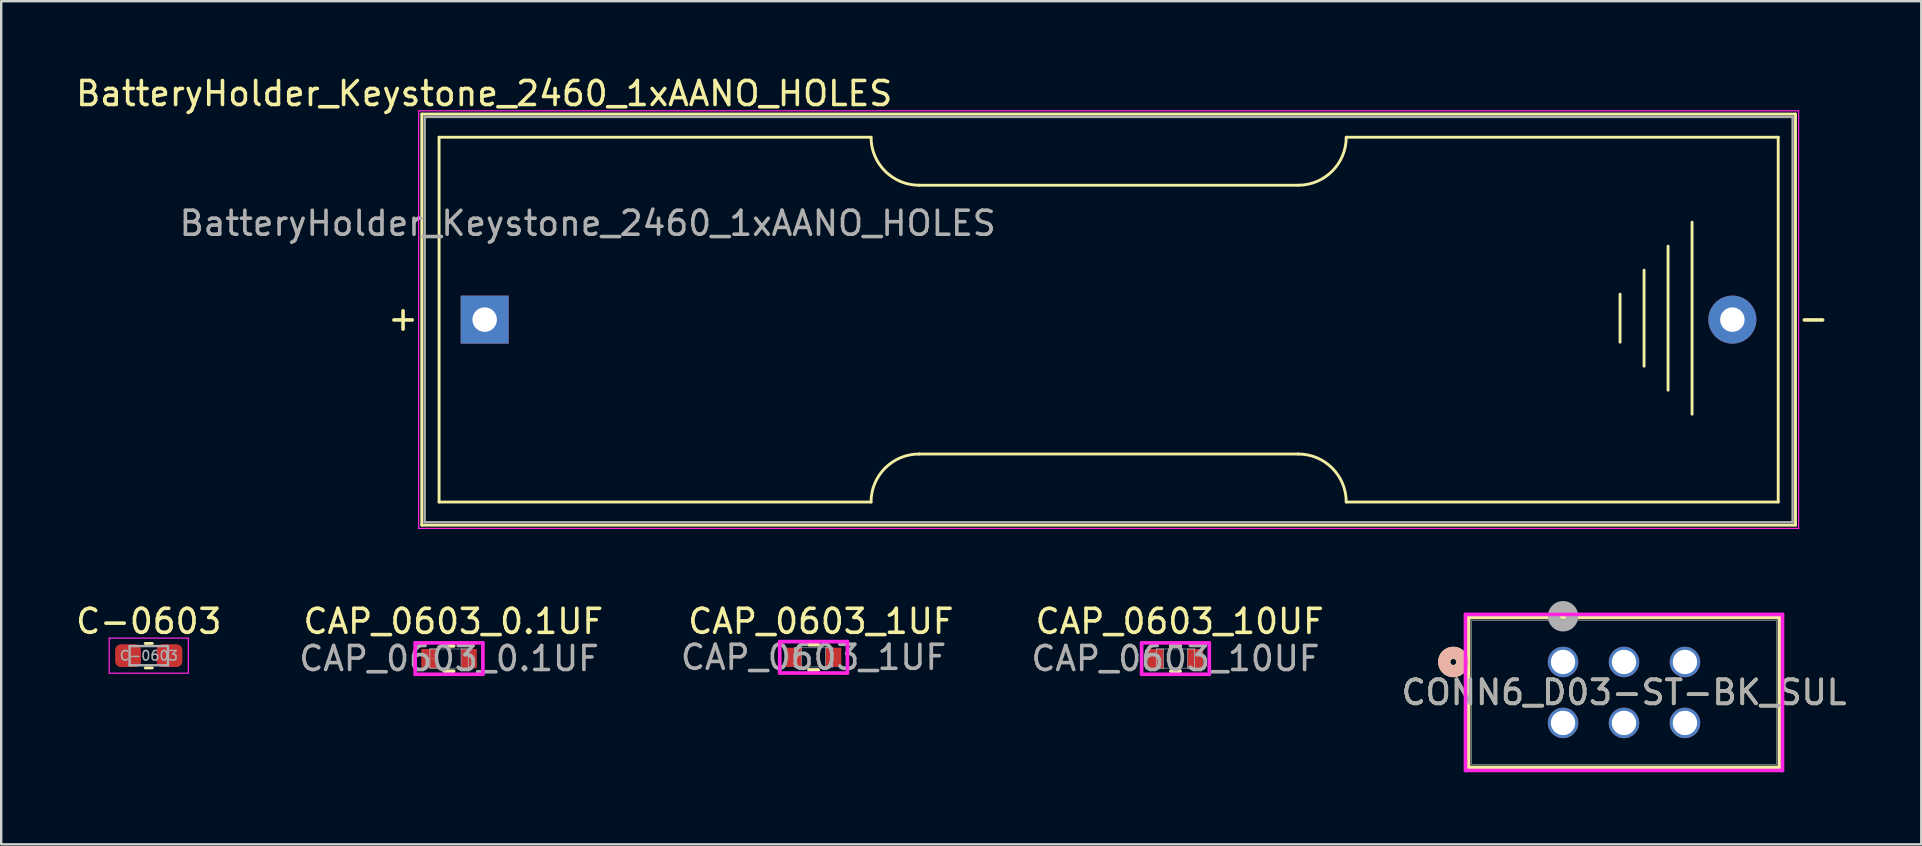
<source format=kicad_pcb>
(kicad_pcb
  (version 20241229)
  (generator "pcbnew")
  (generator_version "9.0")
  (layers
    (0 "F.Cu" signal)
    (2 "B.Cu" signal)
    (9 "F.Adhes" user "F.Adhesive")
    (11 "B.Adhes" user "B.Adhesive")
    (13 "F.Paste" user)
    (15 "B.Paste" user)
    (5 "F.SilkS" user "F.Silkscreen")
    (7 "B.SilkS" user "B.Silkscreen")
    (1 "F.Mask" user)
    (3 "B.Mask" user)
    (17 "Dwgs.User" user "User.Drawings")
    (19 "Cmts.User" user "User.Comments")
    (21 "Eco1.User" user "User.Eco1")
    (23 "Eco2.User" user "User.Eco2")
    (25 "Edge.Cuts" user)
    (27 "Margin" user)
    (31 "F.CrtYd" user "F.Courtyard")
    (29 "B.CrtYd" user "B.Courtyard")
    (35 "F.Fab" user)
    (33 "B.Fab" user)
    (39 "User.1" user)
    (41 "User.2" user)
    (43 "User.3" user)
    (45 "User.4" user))
  (footprint "CONN6_D03-ST-BK_SUL"
    (layer "F.Cu")
    (at 62.079 24.533)
    (property "Reference" "CONN6_D03-ST-BK_SUL" (at 2.54 1.27 0) (unlocked yes) (layer "F.SilkS") (effects (font (size 1 1) (thickness 0.15))))
    (attr through_hole)
    (fp_line (start -3.937 -1.854) (end -3.937 4.394) (stroke (width 0.152) (type solid)) (layer "F.SilkS"))
    (fp_line (start -3.937 4.394) (end 9.017 4.394) (stroke (width 0.152) (type solid)) (layer "F.SilkS"))
    (fp_line (start 9.017 -1.854) (end -3.937 -1.854) (stroke (width 0.152) (type solid)) (layer "F.SilkS"))
    (fp_line (start 9.017 4.394) (end 9.017 -1.854) (stroke (width 0.152) (type solid)) (layer "F.SilkS"))
    (fp_circle (center -4.572 0) (end -4.191 0) (stroke (width 0.508) (type solid)) (fill no) (layer "F.SilkS"))
    (fp_circle (center -4.572 0) (end -4.191 0) (stroke (width 0.508) (type solid)) (fill no) (layer "B.SilkS"))
    (fp_line (start -4.064 -1.981) (end -4.064 4.521) (stroke (width 0.152) (type solid)) (layer "F.CrtYd"))
    (fp_line (start -4.064 4.521) (end 9.144 4.521) (stroke (width 0.152) (type solid)) (layer "F.CrtYd"))
    (fp_line (start 9.144 -1.981) (end -4.064 -1.981) (stroke (width 0.152) (type solid)) (layer "F.CrtYd"))
    (fp_line (start 9.144 4.521) (end 9.144 -1.981) (stroke (width 0.152) (type solid)) (layer "F.CrtYd"))
    (fp_line (start -3.81 -1.727) (end -3.81 4.267) (stroke (width 0.025) (type solid)) (layer "F.Fab"))
    (fp_line (start -3.81 4.267) (end 8.89 4.267) (stroke (width 0.025) (type solid)) (layer "F.Fab"))
    (fp_line (start 8.89 -1.727) (end -3.81 -1.727) (stroke (width 0.025) (type solid)) (layer "F.Fab"))
    (fp_line (start 8.89 4.267) (end 8.89 -1.727) (stroke (width 0.025) (type solid)) (layer "F.Fab"))
    (fp_circle (center 0 -1.905) (end 0.381 -1.905) (stroke (width 0.508) (type solid)) (fill no) (layer "F.Fab"))
    (fp_text user "${REFERENCE}" (at 2.54 1.27 0) (unlocked yes) (layer "F.Fab") (effects (font (size 1 1) (thickness 0.15))))
    (pad "1" thru_hole circle (at 0 0) (size 1.27 1.27) (drill 1.016) (layers "*.Cu" "*.Mask"))
    (pad "2" thru_hole circle (at 0 2.54) (size 1.27 1.27) (drill 1.016) (layers "*.Cu" "*.Mask"))
    (pad "3" thru_hole circle (at 2.54 0) (size 1.27 1.27) (drill 1.016) (layers "*.Cu" "*.Mask"))
    (pad "4" thru_hole circle (at 2.54 2.54) (size 1.27 1.27) (drill 1.016) (layers "*.Cu" "*.Mask"))
    (pad "5" thru_hole circle (at 5.08 0) (size 1.27 1.27) (drill 1.016) (layers "*.Cu" "*.Mask"))
    (pad "6" thru_hole circle (at 5.08 2.54) (size 1.27 1.27) (drill 1.016) (layers "*.Cu" "*.Mask")))
  (footprint "CAP_0603_10UF"
    (layer "F.Cu")
    (at 45.929 24.391)
    (property "Reference" "CAP_0603_10UF" (at 0.178 -1.549 0) (unlocked yes) (layer "F.SilkS") (effects (font (size 1 1) (thickness 0.15))))
    (attr smd)
    (fp_line (start -0.192 0.527) (end 0.192 0.527) (stroke (width 0.152) (type solid)) (layer "F.SilkS"))
    (fp_line (start 0.192 -0.527) (end -0.192 -0.527) (stroke (width 0.152) (type solid)) (layer "F.SilkS"))
    (fp_line (start -1.41 -0.654) (end 1.41 -0.654) (stroke (width 0.152) (type solid)) (layer "F.CrtYd"))
    (fp_line (start -1.41 0.654) (end -1.41 -0.654) (stroke (width 0.152) (type solid)) (layer "F.CrtYd"))
    (fp_line (start 1.41 -0.654) (end 1.41 0.654) (stroke (width 0.152) (type solid)) (layer "F.CrtYd"))
    (fp_line (start 1.41 0.654) (end -1.41 0.654) (stroke (width 0.152) (type solid)) (layer "F.CrtYd"))
    (fp_line (start -0.8 -0.4) (end -0.8 0.4) (stroke (width 0.025) (type solid)) (layer "F.Fab"))
    (fp_line (start -0.8 -0.4) (end -0.8 0.4) (stroke (width 0.025) (type solid)) (layer "F.Fab"))
    (fp_line (start -0.8 0.4) (end -0.5 0.4) (stroke (width 0.025) (type solid)) (layer "F.Fab"))
    (fp_line (start -0.8 0.4) (end 0.8 0.4) (stroke (width 0.025) (type solid)) (layer "F.Fab"))
    (fp_line (start -0.5 -0.4) (end -0.8 -0.4) (stroke (width 0.025) (type solid)) (layer "F.Fab"))
    (fp_line (start -0.5 0.4) (end -0.5 -0.4) (stroke (width 0.025) (type solid)) (layer "F.Fab"))
    (fp_line (start 0.5 -0.4) (end 0.5 0.4) (stroke (width 0.025) (type solid)) (layer "F.Fab"))
    (fp_line (start 0.5 0.4) (end 0.8 0.4) (stroke (width 0.025) (type solid)) (layer "F.Fab"))
    (fp_line (start 0.8 -0.4) (end -0.8 -0.4) (stroke (width 0.025) (type solid)) (layer "F.Fab"))
    (fp_line (start 0.8 -0.4) (end 0.5 -0.4) (stroke (width 0.025) (type solid)) (layer "F.Fab"))
    (fp_line (start 0.8 0.4) (end 0.8 -0.4) (stroke (width 0.025) (type solid)) (layer "F.Fab"))
    (fp_line (start 0.8 0.4) (end 0.8 -0.4) (stroke (width 0.025) (type solid)) (layer "F.Fab"))
    (fp_circle (center -0.701 0) (end -0.701 0) (stroke (width 0.025) (type solid)) (fill no) (layer "F.Fab"))
    (fp_text user "${REFERENCE}" (at 0 0 0) (unlocked yes) (layer "F.Fab") (effects (font (size 1 1) (thickness 0.15))))
    (pad "1" smd rect (at -0.828 0) (size 0.656 0.8) (layers "F.Cu" "F.Mask" "F.Paste"))
    (pad "2" smd rect (at 0.828 0) (size 0.656 0.8) (layers "F.Cu" "F.Mask" "F.Paste"))
    (zone (net_name "") (layer "F.Cu") (hatch full 0.508) (connect_pads) (min_thickness 0.254) (filled_areas_thickness no) (keepout (tracks not_allowed) (vias not_allowed) (pads allowed) (copperpour not_allowed) (footprints allowed)) (placement (enabled no)) (fill) (polygon (pts (xy 45.48 24.042) (xy 46.378 24.042) (xy 46.378 24.74) (xy 45.48 24.74)))))
  (footprint "CAP_0603_1UF"
    (layer "F.Cu")
    (at 30.85 24.34)
    (property "Reference" "CAP_0603_1UF" (at 0.305 -1.499 0) (unlocked yes) (layer "F.SilkS") (effects (font (size 1 1) (thickness 0.15))))
    (attr smd)
    (fp_line (start -0.192 0.527) (end 0.192 0.527) (stroke (width 0.152) (type solid)) (layer "F.SilkS"))
    (fp_line (start 0.192 -0.527) (end -0.192 -0.527) (stroke (width 0.152) (type solid)) (layer "F.SilkS"))
    (fp_line (start -1.41 -0.654) (end 1.41 -0.654) (stroke (width 0.152) (type solid)) (layer "F.CrtYd"))
    (fp_line (start -1.41 0.654) (end -1.41 -0.654) (stroke (width 0.152) (type solid)) (layer "F.CrtYd"))
    (fp_line (start 1.41 -0.654) (end 1.41 0.654) (stroke (width 0.152) (type solid)) (layer "F.CrtYd"))
    (fp_line (start 1.41 0.654) (end -1.41 0.654) (stroke (width 0.152) (type solid)) (layer "F.CrtYd"))
    (fp_line (start -0.8 -0.4) (end -0.8 0.4) (stroke (width 0.025) (type solid)) (layer "F.Fab"))
    (fp_line (start -0.8 -0.4) (end -0.8 0.4) (stroke (width 0.025) (type solid)) (layer "F.Fab"))
    (fp_line (start -0.8 0.4) (end -0.5 0.4) (stroke (width 0.025) (type solid)) (layer "F.Fab"))
    (fp_line (start -0.8 0.4) (end 0.8 0.4) (stroke (width 0.025) (type solid)) (layer "F.Fab"))
    (fp_line (start -0.5 -0.4) (end -0.8 -0.4) (stroke (width 0.025) (type solid)) (layer "F.Fab"))
    (fp_line (start -0.5 0.4) (end -0.5 -0.4) (stroke (width 0.025) (type solid)) (layer "F.Fab"))
    (fp_line (start 0.5 -0.4) (end 0.5 0.4) (stroke (width 0.025) (type solid)) (layer "F.Fab"))
    (fp_line (start 0.5 0.4) (end 0.8 0.4) (stroke (width 0.025) (type solid)) (layer "F.Fab"))
    (fp_line (start 0.8 -0.4) (end -0.8 -0.4) (stroke (width 0.025) (type solid)) (layer "F.Fab"))
    (fp_line (start 0.8 -0.4) (end 0.5 -0.4) (stroke (width 0.025) (type solid)) (layer "F.Fab"))
    (fp_line (start 0.8 0.4) (end 0.8 -0.4) (stroke (width 0.025) (type solid)) (layer "F.Fab"))
    (fp_line (start 0.8 0.4) (end 0.8 -0.4) (stroke (width 0.025) (type solid)) (layer "F.Fab"))
    (fp_circle (center -0.701 0) (end -0.701 0) (stroke (width 0.025) (type solid)) (fill no) (layer "F.Fab"))
    (fp_text user "${REFERENCE}" (at 0 0 0) (unlocked yes) (layer "F.Fab") (effects (font (size 1 1) (thickness 0.15))))
    (pad "1" smd rect (at -0.828 0) (size 0.656 0.8) (layers "F.Cu" "F.Mask" "F.Paste"))
    (pad "2" smd rect (at 0.828 0) (size 0.656 0.8) (layers "F.Cu" "F.Mask" "F.Paste"))
    (zone (net_name "") (layer "F.Cu") (hatch full 0.508) (connect_pads) (min_thickness 0.254) (filled_areas_thickness no) (keepout (tracks not_allowed) (vias not_allowed) (pads allowed) (copperpour not_allowed) (footprints allowed)) (placement (enabled no)) (fill) (polygon (pts (xy 30.401 23.991) (xy 31.3 23.991) (xy 31.3 24.689) (xy 30.401 24.689)))))
  (footprint "C-0603"
    (layer "F.Cu")
    (at 3.149 24.271)
    (property "Reference" "C-0603" (at 0 -1.43 0) (layer "F.SilkS") (effects (font (size 1 1) (thickness 0.15))))
    (attr smd)
    (fp_line (start -0.146 -0.51) (end 0.146 -0.51) (stroke (width 0.12) (type solid)) (layer "F.SilkS"))
    (fp_line (start -0.146 0.51) (end 0.146 0.51) (stroke (width 0.12) (type solid)) (layer "F.SilkS"))
    (fp_line (start -1.65 -0.73) (end 1.65 -0.73) (stroke (width 0.05) (type solid)) (layer "F.CrtYd"))
    (fp_line (start -1.65 0.73) (end -1.65 -0.73) (stroke (width 0.05) (type solid)) (layer "F.CrtYd"))
    (fp_line (start 1.65 -0.73) (end 1.65 0.73) (stroke (width 0.05) (type solid)) (layer "F.CrtYd"))
    (fp_line (start 1.65 0.73) (end -1.65 0.73) (stroke (width 0.05) (type solid)) (layer "F.CrtYd"))
    (fp_line (start -0.8 -0.4) (end 0.8 -0.4) (stroke (width 0.1) (type solid)) (layer "F.Fab"))
    (fp_line (start -0.8 0.4) (end -0.8 -0.4) (stroke (width 0.1) (type solid)) (layer "F.Fab"))
    (fp_line (start 0.8 -0.4) (end 0.8 0.4) (stroke (width 0.1) (type solid)) (layer "F.Fab"))
    (fp_line (start 0.8 0.4) (end -0.8 0.4) (stroke (width 0.1) (type solid)) (layer "F.Fab"))
    (fp_text user "${REFERENCE}" (at 0 0 0) (layer "F.Fab") (effects (font (size 0.4 0.4) (thickness 0.06))))
    (pad "1" smd roundrect (at -0.863 0) (size 1.075 0.95) (layers "F.Cu" "F.Mask" "F.Paste") (roundrect_rratio 0.25))
    (pad "2" smd roundrect (at 0.863 0) (size 1.075 0.95) (layers "F.Cu" "F.Mask" "F.Paste") (roundrect_rratio 0.25)))
  (footprint "CAP_0603_0.1UF"
    (layer "F.Cu")
    (at 15.661 24.391)
    (property "Reference" "CAP_0603_0.1UF" (at 0.178 -1.549 0) (unlocked yes) (layer "F.SilkS") (effects (font (size 1 1) (thickness 0.15))))
    (attr smd)
    (fp_line (start -0.192 0.527) (end 0.192 0.527) (stroke (width 0.152) (type solid)) (layer "F.SilkS"))
    (fp_line (start 0.192 -0.527) (end -0.192 -0.527) (stroke (width 0.152) (type solid)) (layer "F.SilkS"))
    (fp_line (start -1.41 -0.654) (end 1.41 -0.654) (stroke (width 0.152) (type solid)) (layer "F.CrtYd"))
    (fp_line (start -1.41 0.654) (end -1.41 -0.654) (stroke (width 0.152) (type solid)) (layer "F.CrtYd"))
    (fp_line (start 1.41 -0.654) (end 1.41 0.654) (stroke (width 0.152) (type solid)) (layer "F.CrtYd"))
    (fp_line (start 1.41 0.654) (end -1.41 0.654) (stroke (width 0.152) (type solid)) (layer "F.CrtYd"))
    (fp_line (start -0.8 -0.4) (end -0.8 0.4) (stroke (width 0.025) (type solid)) (layer "F.Fab"))
    (fp_line (start -0.8 -0.4) (end -0.8 0.4) (stroke (width 0.025) (type solid)) (layer "F.Fab"))
    (fp_line (start -0.8 0.4) (end -0.5 0.4) (stroke (width 0.025) (type solid)) (layer "F.Fab"))
    (fp_line (start -0.8 0.4) (end 0.8 0.4) (stroke (width 0.025) (type solid)) (layer "F.Fab"))
    (fp_line (start -0.5 -0.4) (end -0.8 -0.4) (stroke (width 0.025) (type solid)) (layer "F.Fab"))
    (fp_line (start -0.5 0.4) (end -0.5 -0.4) (stroke (width 0.025) (type solid)) (layer "F.Fab"))
    (fp_line (start 0.5 -0.4) (end 0.5 0.4) (stroke (width 0.025) (type solid)) (layer "F.Fab"))
    (fp_line (start 0.5 0.4) (end 0.8 0.4) (stroke (width 0.025) (type solid)) (layer "F.Fab"))
    (fp_line (start 0.8 -0.4) (end -0.8 -0.4) (stroke (width 0.025) (type solid)) (layer "F.Fab"))
    (fp_line (start 0.8 -0.4) (end 0.5 -0.4) (stroke (width 0.025) (type solid)) (layer "F.Fab"))
    (fp_line (start 0.8 0.4) (end 0.8 -0.4) (stroke (width 0.025) (type solid)) (layer "F.Fab"))
    (fp_line (start 0.8 0.4) (end 0.8 -0.4) (stroke (width 0.025) (type solid)) (layer "F.Fab"))
    (fp_circle (center -0.701 0) (end -0.701 0) (stroke (width 0.025) (type solid)) (fill no) (layer "F.Fab"))
    (fp_text user "${REFERENCE}" (at 0 0 0) (unlocked yes) (layer "F.Fab") (effects (font (size 1 1) (thickness 0.15))))
    (pad "1" smd rect (at -0.828 0) (size 0.656 0.8) (layers "F.Cu" "F.Mask" "F.Paste"))
    (pad "2" smd rect (at 0.828 0) (size 0.656 0.8) (layers "F.Cu" "F.Mask" "F.Paste"))
    (zone (net_name "") (layer "F.Cu") (hatch full 0.508) (connect_pads) (min_thickness 0.254) (filled_areas_thickness no) (keepout (tracks not_allowed) (vias not_allowed) (pads allowed) (copperpour not_allowed) (footprints allowed)) (placement (enabled no)) (fill) (polygon (pts (xy 15.212 24.042) (xy 16.11 24.042) (xy 16.11 24.74) (xy 15.212 24.74)))))
  (footprint "BatteryHolder_Keystone_2460_1xAANO_HOLES"
    (layer "F.Cu")
    (at 17.145 10.268)
    (property "Reference" "BatteryHolder_Keystone_2460_1xAANO_HOLES" (at -0.02 -9.42 180) (layer "F.SilkS") (effects (font (size 1 1) (thickness 0.15))))
    (attr through_hole)
    (fp_line (start -2.62 -8.565) (end 54.62 -8.565) (stroke (width 0.12) (type solid)) (layer "F.SilkS"))
    (fp_line (start -2.62 8.565) (end -2.62 -8.565) (stroke (width 0.12) (type solid)) (layer "F.SilkS"))
    (fp_line (start -1.9 -7.6) (end -1.9 7.6) (stroke (width 0.12) (type solid)) (layer "F.SilkS"))
    (fp_line (start -1.9 -7.6) (end 16.1 -7.6) (stroke (width 0.12) (type solid)) (layer "F.SilkS"))
    (fp_line (start -1.9 7.6) (end 16.1 7.6) (stroke (width 0.12) (type solid)) (layer "F.SilkS"))
    (fp_line (start 18.1 -5.6) (end 33.9 -5.6) (stroke (width 0.12) (type solid)) (layer "F.SilkS"))
    (fp_line (start 33.9 5.6) (end 18.1 5.6) (stroke (width 0.12) (type solid)) (layer "F.SilkS"))
    (fp_line (start 35.9 -7.6) (end 53.9 -7.6) (stroke (width 0.12) (type solid)) (layer "F.SilkS"))
    (fp_line (start 35.9 7.6) (end 53.9 7.6) (stroke (width 0.12) (type solid)) (layer "F.SilkS"))
    (fp_line (start 47.31 -1.06) (end 47.31 0.94) (stroke (width 0.12) (type solid)) (layer "F.SilkS"))
    (fp_line (start 48.31 -2.06) (end 48.31 1.94) (stroke (width 0.12) (type solid)) (layer "F.SilkS"))
    (fp_line (start 49.31 2.94) (end 49.31 -3.06) (stroke (width 0.12) (type solid)) (layer "F.SilkS"))
    (fp_line (start 50.31 -4.06) (end 50.31 3.94) (stroke (width 0.12) (type solid)) (layer "F.SilkS"))
    (fp_line (start 53.9 -7.6) (end 53.9 7.6) (stroke (width 0.12) (type solid)) (layer "F.SilkS"))
    (fp_line (start 54.62 -8.565) (end 54.62 8.565) (stroke (width 0.12) (type solid)) (layer "F.SilkS"))
    (fp_line (start 54.62 8.565) (end -2.62 8.565) (stroke (width 0.12) (type solid)) (layer "F.SilkS"))
    (fp_arc (start 16.1 7.6) (mid 16.685786 6.185786) (end 18.1 5.6) (stroke (width 0.12) (type solid)) (layer "F.SilkS"))
    (fp_arc (start 18.1 -5.6) (mid 16.685786 -6.185786) (end 16.1 -7.6) (stroke (width 0.12) (type solid)) (layer "F.SilkS"))
    (fp_arc (start 33.9 5.6) (mid 35.314214 6.185786) (end 35.9 7.6) (stroke (width 0.12) (type solid)) (layer "F.SilkS"))
    (fp_arc (start 35.9 -7.6) (mid 35.314214 -6.185786) (end 33.9 -5.6) (stroke (width 0.12) (type solid)) (layer "F.SilkS"))
    (fp_line (start -2.75 -8.7) (end 54.75 -8.7) (stroke (width 0.05) (type solid)) (layer "F.CrtYd"))
    (fp_line (start -2.75 8.7) (end -2.75 -8.7) (stroke (width 0.05) (type solid)) (layer "F.CrtYd"))
    (fp_line (start 54.75 -8.7) (end 54.75 8.7) (stroke (width 0.05) (type solid)) (layer "F.CrtYd"))
    (fp_line (start 54.75 8.7) (end -2.75 8.7) (stroke (width 0.05) (type solid)) (layer "F.CrtYd"))
    (fp_line (start -2.5 -8.445) (end -2.5 8.445) (stroke (width 0.1) (type solid)) (layer "F.Fab"))
    (fp_line (start -2.5 8.445) (end 54.5 8.445) (stroke (width 0.1) (type solid)) (layer "F.Fab"))
    (fp_line (start 54.5 -8.445) (end -2.5 -8.445) (stroke (width 0.1) (type solid)) (layer "F.Fab"))
    (fp_line (start 54.5 8.445) (end 54.5 -8.445) (stroke (width 0.1) (type solid)) (layer "F.Fab"))
    (fp_text user "-" (at 55.37 -0.06 0) (layer "F.SilkS") (effects (font (size 1 1) (thickness 0.15))))
    (fp_text user "+" (at -3.4 -0.06 0) (layer "F.SilkS") (effects (font (size 1 1) (thickness 0.15))))
    (fp_text user "${REFERENCE}" (at 4.293 -4.013 0) (layer "F.Fab") (effects (font (size 1 1) (thickness 0.15))))
    (pad "1" thru_hole rect (at 0 0 180) (size 2 2) (drill 1.02) (layers "*.Cu" "*.Mask"))
    (pad "2" thru_hole circle (at 51.99 0 180) (size 2 2) (drill 1.02) (layers "*.Cu" "*.Mask")))
  (gr_rect
    (start -3 -3)
    (end 77.006 32.131)
    (stroke (width 0.1) (type default))
    (fill no)
    (layer "Edge.Cuts")))
</source>
